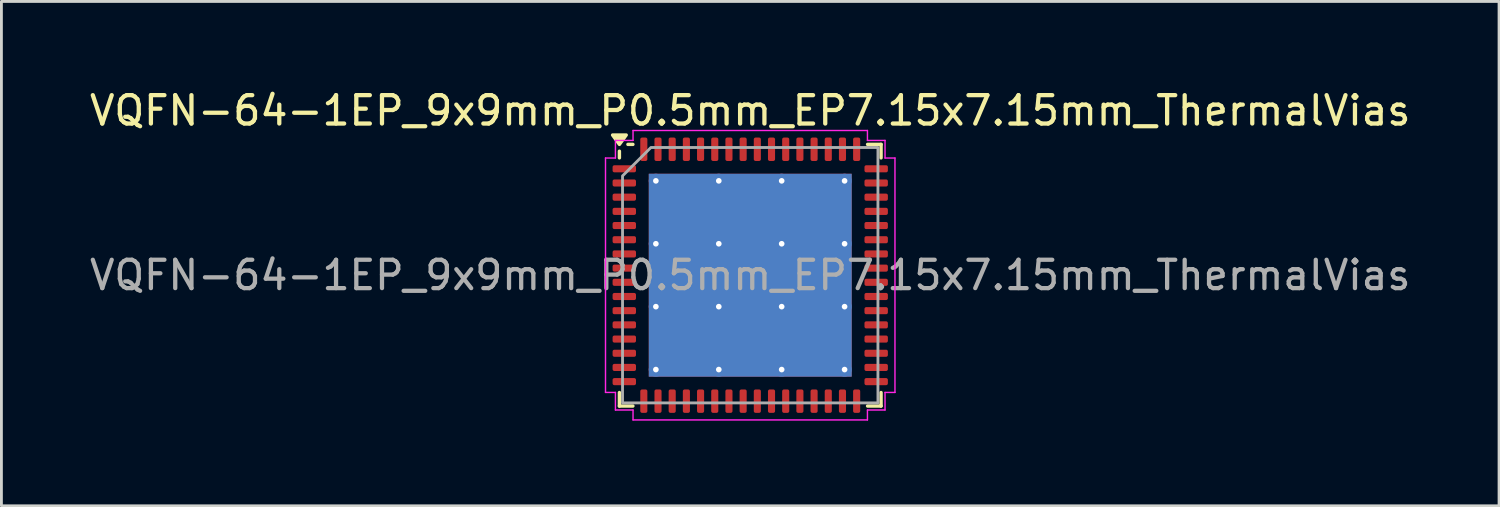
<source format=kicad_pcb>
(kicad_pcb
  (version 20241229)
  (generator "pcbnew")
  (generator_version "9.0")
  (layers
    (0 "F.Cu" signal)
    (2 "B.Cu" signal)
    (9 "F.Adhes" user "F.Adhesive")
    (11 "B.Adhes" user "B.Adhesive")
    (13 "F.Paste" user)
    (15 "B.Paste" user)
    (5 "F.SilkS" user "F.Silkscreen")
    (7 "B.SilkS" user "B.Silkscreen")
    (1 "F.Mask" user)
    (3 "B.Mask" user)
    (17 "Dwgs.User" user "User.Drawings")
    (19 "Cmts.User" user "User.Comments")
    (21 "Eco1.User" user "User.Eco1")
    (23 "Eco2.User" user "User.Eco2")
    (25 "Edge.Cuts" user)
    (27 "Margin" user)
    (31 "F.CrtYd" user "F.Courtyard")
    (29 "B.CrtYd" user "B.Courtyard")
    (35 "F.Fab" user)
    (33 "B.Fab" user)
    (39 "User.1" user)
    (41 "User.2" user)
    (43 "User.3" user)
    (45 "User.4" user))
  (footprint "VQFN-64-1EP_9x9mm_P0.5mm_EP7.15x7.15mm_ThermalVias"
    (layer "F.Cu")
    (at 23.387 6.648)
    (property "Reference" "VQFN-64-1EP_9x9mm_P0.5mm_EP7.15x7.15mm_ThermalVias" (at 0 -5.8 0) (layer "F.SilkS") (effects (font (size 1 1) (thickness 0.15))))
    (attr smd)
    (fp_line (start -4.61 -4.135) (end -4.61 -4.37) (stroke (width 0.12) (type solid)) (layer "F.SilkS"))
    (fp_line (start -4.61 4.61) (end -4.61 4.135) (stroke (width 0.12) (type solid)) (layer "F.SilkS"))
    (fp_line (start -4.135 -4.61) (end -4.31 -4.61) (stroke (width 0.12) (type solid)) (layer "F.SilkS"))
    (fp_line (start -4.135 4.61) (end -4.61 4.61) (stroke (width 0.12) (type solid)) (layer "F.SilkS"))
    (fp_line (start 4.135 -4.61) (end 4.61 -4.61) (stroke (width 0.12) (type solid)) (layer "F.SilkS"))
    (fp_line (start 4.135 4.61) (end 4.61 4.61) (stroke (width 0.12) (type solid)) (layer "F.SilkS"))
    (fp_line (start 4.61 -4.61) (end 4.61 -4.135) (stroke (width 0.12) (type solid)) (layer "F.SilkS"))
    (fp_line (start 4.61 4.61) (end 4.61 4.135) (stroke (width 0.12) (type solid)) (layer "F.SilkS"))
    (fp_poly (pts (xy -4.61 -4.61) (xy -4.85 -4.94) (xy -4.37 -4.94)) (stroke (width 0.12) (type solid)) (fill yes) (layer "F.SilkS"))
    (fp_line (start -5.1 -4.13) (end -4.75 -4.13) (stroke (width 0.05) (type solid)) (layer "F.CrtYd"))
    (fp_line (start -5.1 4.13) (end -5.1 -4.13) (stroke (width 0.05) (type solid)) (layer "F.CrtYd"))
    (fp_line (start -4.75 -4.75) (end -4.13 -4.75) (stroke (width 0.05) (type solid)) (layer "F.CrtYd"))
    (fp_line (start -4.75 -4.13) (end -4.75 -4.75) (stroke (width 0.05) (type solid)) (layer "F.CrtYd"))
    (fp_line (start -4.75 4.13) (end -5.1 4.13) (stroke (width 0.05) (type solid)) (layer "F.CrtYd"))
    (fp_line (start -4.75 4.75) (end -4.75 4.13) (stroke (width 0.05) (type solid)) (layer "F.CrtYd"))
    (fp_line (start -4.13 -5.1) (end 4.13 -5.1) (stroke (width 0.05) (type solid)) (layer "F.CrtYd"))
    (fp_line (start -4.13 -4.75) (end -4.13 -5.1) (stroke (width 0.05) (type solid)) (layer "F.CrtYd"))
    (fp_line (start -4.13 4.75) (end -4.75 4.75) (stroke (width 0.05) (type solid)) (layer "F.CrtYd"))
    (fp_line (start -4.13 5.1) (end -4.13 4.75) (stroke (width 0.05) (type solid)) (layer "F.CrtYd"))
    (fp_line (start 4.13 -5.1) (end 4.13 -4.75) (stroke (width 0.05) (type solid)) (layer "F.CrtYd"))
    (fp_line (start 4.13 -4.75) (end 4.75 -4.75) (stroke (width 0.05) (type solid)) (layer "F.CrtYd"))
    (fp_line (start 4.13 4.75) (end 4.13 5.1) (stroke (width 0.05) (type solid)) (layer "F.CrtYd"))
    (fp_line (start 4.13 5.1) (end -4.13 5.1) (stroke (width 0.05) (type solid)) (layer "F.CrtYd"))
    (fp_line (start 4.75 -4.75) (end 4.75 -4.13) (stroke (width 0.05) (type solid)) (layer "F.CrtYd"))
    (fp_line (start 4.75 -4.13) (end 5.1 -4.13) (stroke (width 0.05) (type solid)) (layer "F.CrtYd"))
    (fp_line (start 4.75 4.13) (end 4.75 4.75) (stroke (width 0.05) (type solid)) (layer "F.CrtYd"))
    (fp_line (start 4.75 4.75) (end 4.13 4.75) (stroke (width 0.05) (type solid)) (layer "F.CrtYd"))
    (fp_line (start 5.1 -4.13) (end 5.1 4.13) (stroke (width 0.05) (type solid)) (layer "F.CrtYd"))
    (fp_line (start 5.1 4.13) (end 4.75 4.13) (stroke (width 0.05) (type solid)) (layer "F.CrtYd"))
    (fp_poly (pts (xy -4.5 -3.5) (xy -4.5 4.5) (xy 4.5 4.5) (xy 4.5 -4.5) (xy -3.5 -4.5)) (stroke (width 0.1) (type solid)) (fill no) (layer "F.Fab"))
    (fp_text user "${REFERENCE}" (at 0 0 0) (layer "F.Fab") (effects (font (size 1 1) (thickness 0.15))))
    (pad "" smd roundrect (at -2.38 -2.38) (size 1.92 1.92) (layers "F.Paste") (roundrect_rratio 0.13))
    (pad "" smd roundrect (at -2.38 0) (size 1.92 1.92) (layers "F.Paste") (roundrect_rratio 0.13))
    (pad "" smd roundrect (at -2.38 2.38) (size 1.92 1.92) (layers "F.Paste") (roundrect_rratio 0.13))
    (pad "" smd roundrect (at 0 -2.38) (size 1.92 1.92) (layers "F.Paste") (roundrect_rratio 0.13))
    (pad "" smd roundrect (at 0 0) (size 1.92 1.92) (layers "F.Paste") (roundrect_rratio 0.13))
    (pad "" smd roundrect (at 0 2.38) (size 1.92 1.92) (layers "F.Paste") (roundrect_rratio 0.13))
    (pad "" smd roundrect (at 2.38 -2.38) (size 1.92 1.92) (layers "F.Paste") (roundrect_rratio 0.13))
    (pad "" smd roundrect (at 2.38 0) (size 1.92 1.92) (layers "F.Paste") (roundrect_rratio 0.13))
    (pad "" smd roundrect (at 2.38 2.38) (size 1.92 1.92) (layers "F.Paste") (roundrect_rratio 0.13))
    (pad "1" smd roundrect (at -4.438 -3.75) (size 0.825 0.25) (layers "F.Cu" "F.Mask" "F.Paste") (roundrect_rratio 0.25))
    (pad "2" smd roundrect (at -4.438 -3.25) (size 0.825 0.25) (layers "F.Cu" "F.Mask" "F.Paste") (roundrect_rratio 0.25))
    (pad "3" smd roundrect (at -4.438 -2.75) (size 0.825 0.25) (layers "F.Cu" "F.Mask" "F.Paste") (roundrect_rratio 0.25))
    (pad "4" smd roundrect (at -4.438 -2.25) (size 0.825 0.25) (layers "F.Cu" "F.Mask" "F.Paste") (roundrect_rratio 0.25))
    (pad "5" smd roundrect (at -4.438 -1.75) (size 0.825 0.25) (layers "F.Cu" "F.Mask" "F.Paste") (roundrect_rratio 0.25))
    (pad "6" smd roundrect (at -4.438 -1.25) (size 0.825 0.25) (layers "F.Cu" "F.Mask" "F.Paste") (roundrect_rratio 0.25))
    (pad "7" smd roundrect (at -4.438 -0.75) (size 0.825 0.25) (layers "F.Cu" "F.Mask" "F.Paste") (roundrect_rratio 0.25))
    (pad "8" smd roundrect (at -4.438 -0.25) (size 0.825 0.25) (layers "F.Cu" "F.Mask" "F.Paste") (roundrect_rratio 0.25))
    (pad "9" smd roundrect (at -4.438 0.25) (size 0.825 0.25) (layers "F.Cu" "F.Mask" "F.Paste") (roundrect_rratio 0.25))
    (pad "10" smd roundrect (at -4.438 0.75) (size 0.825 0.25) (layers "F.Cu" "F.Mask" "F.Paste") (roundrect_rratio 0.25))
    (pad "11" smd roundrect (at -4.438 1.25) (size 0.825 0.25) (layers "F.Cu" "F.Mask" "F.Paste") (roundrect_rratio 0.25))
    (pad "12" smd roundrect (at -4.438 1.75) (size 0.825 0.25) (layers "F.Cu" "F.Mask" "F.Paste") (roundrect_rratio 0.25))
    (pad "13" smd roundrect (at -4.438 2.25) (size 0.825 0.25) (layers "F.Cu" "F.Mask" "F.Paste") (roundrect_rratio 0.25))
    (pad "14" smd roundrect (at -4.438 2.75) (size 0.825 0.25) (layers "F.Cu" "F.Mask" "F.Paste") (roundrect_rratio 0.25))
    (pad "15" smd roundrect (at -4.438 3.25) (size 0.825 0.25) (layers "F.Cu" "F.Mask" "F.Paste") (roundrect_rratio 0.25))
    (pad "16" smd roundrect (at -4.438 3.75) (size 0.825 0.25) (layers "F.Cu" "F.Mask" "F.Paste") (roundrect_rratio 0.25))
    (pad "17" smd roundrect (at -3.75 4.438) (size 0.25 0.825) (layers "F.Cu" "F.Mask" "F.Paste") (roundrect_rratio 0.25))
    (pad "18" smd roundrect (at -3.25 4.438) (size 0.25 0.825) (layers "F.Cu" "F.Mask" "F.Paste") (roundrect_rratio 0.25))
    (pad "19" smd roundrect (at -2.75 4.438) (size 0.25 0.825) (layers "F.Cu" "F.Mask" "F.Paste") (roundrect_rratio 0.25))
    (pad "20" smd roundrect (at -2.25 4.438) (size 0.25 0.825) (layers "F.Cu" "F.Mask" "F.Paste") (roundrect_rratio 0.25))
    (pad "21" smd roundrect (at -1.75 4.438) (size 0.25 0.825) (layers "F.Cu" "F.Mask" "F.Paste") (roundrect_rratio 0.25))
    (pad "22" smd roundrect (at -1.25 4.438) (size 0.25 0.825) (layers "F.Cu" "F.Mask" "F.Paste") (roundrect_rratio 0.25))
    (pad "23" smd roundrect (at -0.75 4.438) (size 0.25 0.825) (layers "F.Cu" "F.Mask" "F.Paste") (roundrect_rratio 0.25))
    (pad "24" smd roundrect (at -0.25 4.438) (size 0.25 0.825) (layers "F.Cu" "F.Mask" "F.Paste") (roundrect_rratio 0.25))
    (pad "25" smd roundrect (at 0.25 4.438) (size 0.25 0.825) (layers "F.Cu" "F.Mask" "F.Paste") (roundrect_rratio 0.25))
    (pad "26" smd roundrect (at 0.75 4.438) (size 0.25 0.825) (layers "F.Cu" "F.Mask" "F.Paste") (roundrect_rratio 0.25))
    (pad "27" smd roundrect (at 1.25 4.438) (size 0.25 0.825) (layers "F.Cu" "F.Mask" "F.Paste") (roundrect_rratio 0.25))
    (pad "28" smd roundrect (at 1.75 4.438) (size 0.25 0.825) (layers "F.Cu" "F.Mask" "F.Paste") (roundrect_rratio 0.25))
    (pad "29" smd roundrect (at 2.25 4.438) (size 0.25 0.825) (layers "F.Cu" "F.Mask" "F.Paste") (roundrect_rratio 0.25))
    (pad "30" smd roundrect (at 2.75 4.438) (size 0.25 0.825) (layers "F.Cu" "F.Mask" "F.Paste") (roundrect_rratio 0.25))
    (pad "31" smd roundrect (at 3.25 4.438) (size 0.25 0.825) (layers "F.Cu" "F.Mask" "F.Paste") (roundrect_rratio 0.25))
    (pad "32" smd roundrect (at 3.75 4.438) (size 0.25 0.825) (layers "F.Cu" "F.Mask" "F.Paste") (roundrect_rratio 0.25))
    (pad "33" smd roundrect (at 4.438 3.75) (size 0.825 0.25) (layers "F.Cu" "F.Mask" "F.Paste") (roundrect_rratio 0.25))
    (pad "34" smd roundrect (at 4.438 3.25) (size 0.825 0.25) (layers "F.Cu" "F.Mask" "F.Paste") (roundrect_rratio 0.25))
    (pad "35" smd roundrect (at 4.438 2.75) (size 0.825 0.25) (layers "F.Cu" "F.Mask" "F.Paste") (roundrect_rratio 0.25))
    (pad "36" smd roundrect (at 4.438 2.25) (size 0.825 0.25) (layers "F.Cu" "F.Mask" "F.Paste") (roundrect_rratio 0.25))
    (pad "37" smd roundrect (at 4.438 1.75) (size 0.825 0.25) (layers "F.Cu" "F.Mask" "F.Paste") (roundrect_rratio 0.25))
    (pad "38" smd roundrect (at 4.438 1.25) (size 0.825 0.25) (layers "F.Cu" "F.Mask" "F.Paste") (roundrect_rratio 0.25))
    (pad "39" smd roundrect (at 4.438 0.75) (size 0.825 0.25) (layers "F.Cu" "F.Mask" "F.Paste") (roundrect_rratio 0.25))
    (pad "40" smd roundrect (at 4.438 0.25) (size 0.825 0.25) (layers "F.Cu" "F.Mask" "F.Paste") (roundrect_rratio 0.25))
    (pad "41" smd roundrect (at 4.438 -0.25) (size 0.825 0.25) (layers "F.Cu" "F.Mask" "F.Paste") (roundrect_rratio 0.25))
    (pad "42" smd roundrect (at 4.438 -0.75) (size 0.825 0.25) (layers "F.Cu" "F.Mask" "F.Paste") (roundrect_rratio 0.25))
    (pad "43" smd roundrect (at 4.438 -1.25) (size 0.825 0.25) (layers "F.Cu" "F.Mask" "F.Paste") (roundrect_rratio 0.25))
    (pad "44" smd roundrect (at 4.438 -1.75) (size 0.825 0.25) (layers "F.Cu" "F.Mask" "F.Paste") (roundrect_rratio 0.25))
    (pad "45" smd roundrect (at 4.438 -2.25) (size 0.825 0.25) (layers "F.Cu" "F.Mask" "F.Paste") (roundrect_rratio 0.25))
    (pad "46" smd roundrect (at 4.438 -2.75) (size 0.825 0.25) (layers "F.Cu" "F.Mask" "F.Paste") (roundrect_rratio 0.25))
    (pad "47" smd roundrect (at 4.438 -3.25) (size 0.825 0.25) (layers "F.Cu" "F.Mask" "F.Paste") (roundrect_rratio 0.25))
    (pad "48" smd roundrect (at 4.438 -3.75) (size 0.825 0.25) (layers "F.Cu" "F.Mask" "F.Paste") (roundrect_rratio 0.25))
    (pad "49" smd roundrect (at 3.75 -4.438) (size 0.25 0.825) (layers "F.Cu" "F.Mask" "F.Paste") (roundrect_rratio 0.25))
    (pad "50" smd roundrect (at 3.25 -4.438) (size 0.25 0.825) (layers "F.Cu" "F.Mask" "F.Paste") (roundrect_rratio 0.25))
    (pad "51" smd roundrect (at 2.75 -4.438) (size 0.25 0.825) (layers "F.Cu" "F.Mask" "F.Paste") (roundrect_rratio 0.25))
    (pad "52" smd roundrect (at 2.25 -4.438) (size 0.25 0.825) (layers "F.Cu" "F.Mask" "F.Paste") (roundrect_rratio 0.25))
    (pad "53" smd roundrect (at 1.75 -4.438) (size 0.25 0.825) (layers "F.Cu" "F.Mask" "F.Paste") (roundrect_rratio 0.25))
    (pad "54" smd roundrect (at 1.25 -4.438) (size 0.25 0.825) (layers "F.Cu" "F.Mask" "F.Paste") (roundrect_rratio 0.25))
    (pad "55" smd roundrect (at 0.75 -4.438) (size 0.25 0.825) (layers "F.Cu" "F.Mask" "F.Paste") (roundrect_rratio 0.25))
    (pad "56" smd roundrect (at 0.25 -4.438) (size 0.25 0.825) (layers "F.Cu" "F.Mask" "F.Paste") (roundrect_rratio 0.25))
    (pad "57" smd roundrect (at -0.25 -4.438) (size 0.25 0.825) (layers "F.Cu" "F.Mask" "F.Paste") (roundrect_rratio 0.25))
    (pad "58" smd roundrect (at -0.75 -4.438) (size 0.25 0.825) (layers "F.Cu" "F.Mask" "F.Paste") (roundrect_rratio 0.25))
    (pad "59" smd roundrect (at -1.25 -4.438) (size 0.25 0.825) (layers "F.Cu" "F.Mask" "F.Paste") (roundrect_rratio 0.25))
    (pad "60" smd roundrect (at -1.75 -4.438) (size 0.25 0.825) (layers "F.Cu" "F.Mask" "F.Paste") (roundrect_rratio 0.25))
    (pad "61" smd roundrect (at -2.25 -4.438) (size 0.25 0.825) (layers "F.Cu" "F.Mask" "F.Paste") (roundrect_rratio 0.25))
    (pad "62" smd roundrect (at -2.75 -4.438) (size 0.25 0.825) (layers "F.Cu" "F.Mask" "F.Paste") (roundrect_rratio 0.25))
    (pad "63" smd roundrect (at -3.25 -4.438) (size 0.25 0.825) (layers "F.Cu" "F.Mask" "F.Paste") (roundrect_rratio 0.25))
    (pad "64" smd roundrect (at -3.75 -4.438) (size 0.25 0.825) (layers "F.Cu" "F.Mask" "F.Paste") (roundrect_rratio 0.25))
    (pad "65" thru_hole circle (at -3.325 -3.325) (size 0.5 0.5) (drill 0.2) (property pad_prop_heatsink) (layers "*.Cu"))
    (pad "65" thru_hole circle (at -3.325 -1.108) (size 0.5 0.5) (drill 0.2) (property pad_prop_heatsink) (layers "*.Cu"))
    (pad "65" thru_hole circle (at -3.325 1.108) (size 0.5 0.5) (drill 0.2) (property pad_prop_heatsink) (layers "*.Cu"))
    (pad "65" thru_hole circle (at -3.325 3.325) (size 0.5 0.5) (drill 0.2) (property pad_prop_heatsink) (layers "*.Cu"))
    (pad "65" thru_hole circle (at -1.108 -3.325) (size 0.5 0.5) (drill 0.2) (property pad_prop_heatsink) (layers "*.Cu"))
    (pad "65" thru_hole circle (at -1.108 -1.108) (size 0.5 0.5) (drill 0.2) (property pad_prop_heatsink) (layers "*.Cu"))
    (pad "65" thru_hole circle (at -1.108 1.108) (size 0.5 0.5) (drill 0.2) (property pad_prop_heatsink) (layers "*.Cu"))
    (pad "65" thru_hole circle (at -1.108 3.325) (size 0.5 0.5) (drill 0.2) (property pad_prop_heatsink) (layers "*.Cu"))
    (pad "65" smd rect (at 0 0) (size 7.15 7.15) (property pad_prop_heatsink) (layers "F.Cu" "F.Mask"))
    (pad "65" smd rect (at 0 0) (size 7.15 7.15) (property pad_prop_heatsink) (layers "B.Cu"))
    (pad "65" thru_hole circle (at 1.108 -3.325) (size 0.5 0.5) (drill 0.2) (property pad_prop_heatsink) (layers "*.Cu"))
    (pad "65" thru_hole circle (at 1.108 -1.108) (size 0.5 0.5) (drill 0.2) (property pad_prop_heatsink) (layers "*.Cu"))
    (pad "65" thru_hole circle (at 1.108 1.108) (size 0.5 0.5) (drill 0.2) (property pad_prop_heatsink) (layers "*.Cu"))
    (pad "65" thru_hole circle (at 1.108 3.325) (size 0.5 0.5) (drill 0.2) (property pad_prop_heatsink) (layers "*.Cu"))
    (pad "65" thru_hole circle (at 3.325 -3.325) (size 0.5 0.5) (drill 0.2) (property pad_prop_heatsink) (layers "*.Cu"))
    (pad "65" thru_hole circle (at 3.325 -1.108) (size 0.5 0.5) (drill 0.2) (property pad_prop_heatsink) (layers "*.Cu"))
    (pad "65" thru_hole circle (at 3.325 1.108) (size 0.5 0.5) (drill 0.2) (property pad_prop_heatsink) (layers "*.Cu"))
    (pad "65" thru_hole circle (at 3.325 3.325) (size 0.5 0.5) (drill 0.2) (property pad_prop_heatsink) (layers "*.Cu")))
  (gr_rect
    (start -3 -3)
    (end 49.774 14.773)
    (stroke (width 0.1) (type default))
    (fill no)
    (layer "Edge.Cuts")))
</source>
